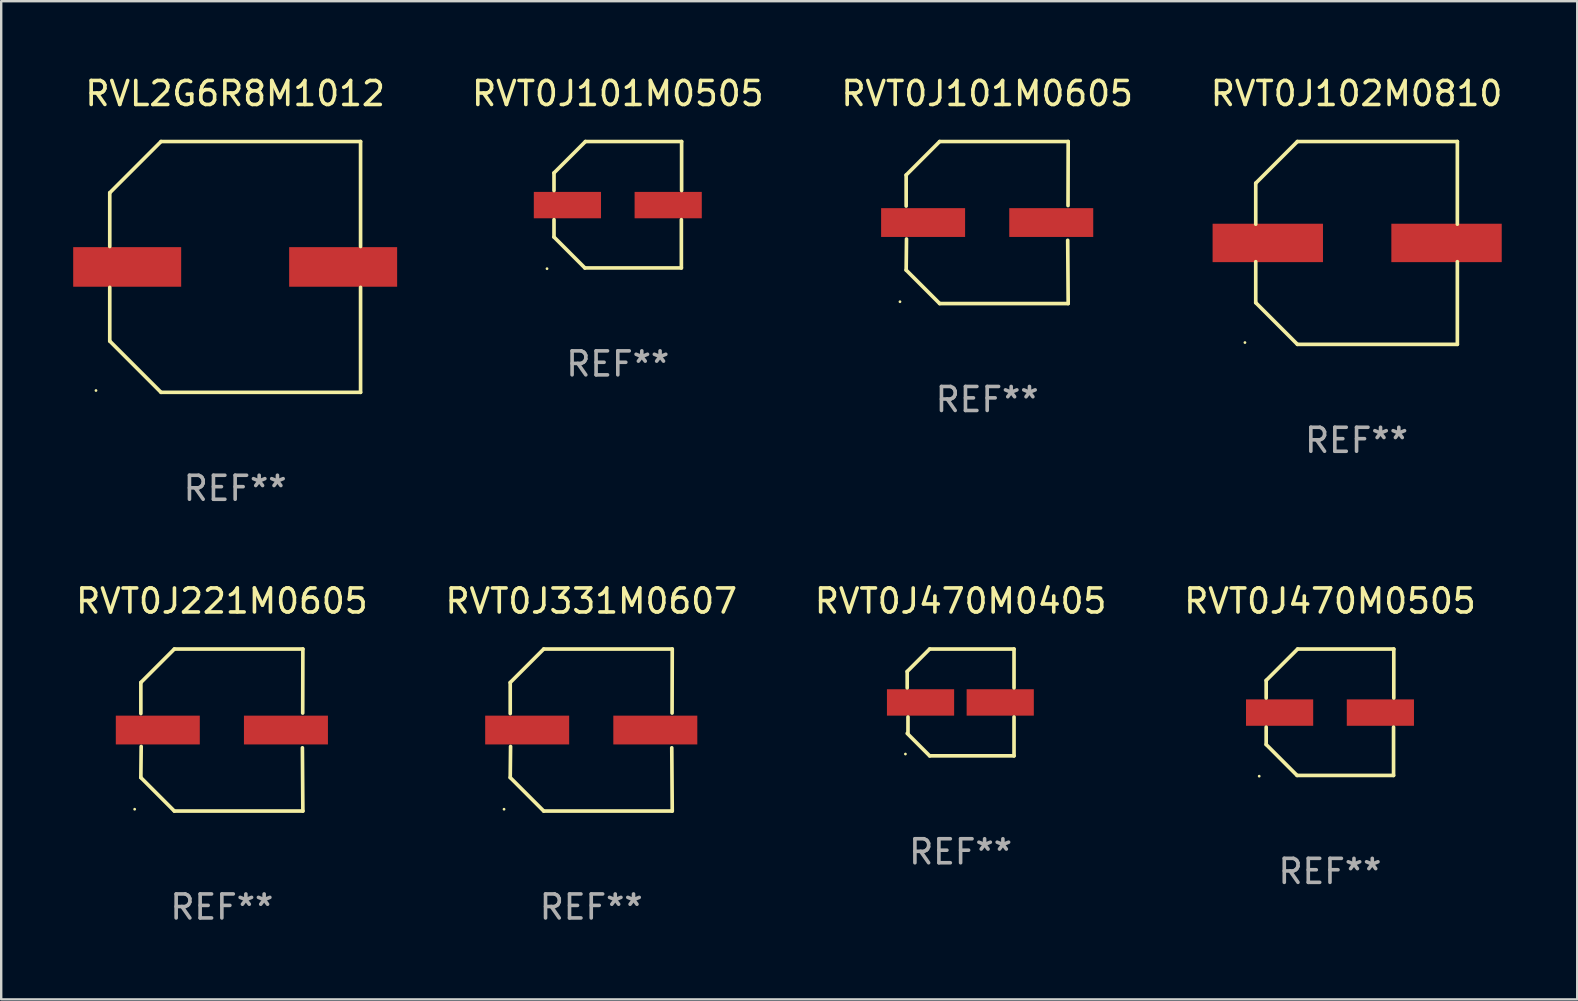
<source format=kicad_pcb>
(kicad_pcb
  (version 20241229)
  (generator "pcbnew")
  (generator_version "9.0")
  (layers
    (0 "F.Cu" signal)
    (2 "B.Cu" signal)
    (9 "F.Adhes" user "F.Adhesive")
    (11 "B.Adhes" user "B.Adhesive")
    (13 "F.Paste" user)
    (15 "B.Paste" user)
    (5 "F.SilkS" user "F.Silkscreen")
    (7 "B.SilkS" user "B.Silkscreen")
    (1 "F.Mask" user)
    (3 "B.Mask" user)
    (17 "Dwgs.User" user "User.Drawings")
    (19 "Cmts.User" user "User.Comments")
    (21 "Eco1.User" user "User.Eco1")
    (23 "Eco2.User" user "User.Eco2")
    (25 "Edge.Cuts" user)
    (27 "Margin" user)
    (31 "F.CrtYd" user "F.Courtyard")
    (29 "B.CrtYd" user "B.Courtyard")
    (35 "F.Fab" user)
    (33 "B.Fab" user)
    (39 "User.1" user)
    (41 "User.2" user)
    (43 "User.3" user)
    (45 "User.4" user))
  (footprint "RVT0J470M0505"
    (layer "F.Cu")
    (at 52.375 26.631)
    (property "Reference" "RVT0J470M0505" (at 0 -4.634 0) (layer "F.SilkS") (effects (font (size 1 1) (thickness 0.15))))
    (attr through_hole)
    (fp_line (start -2.659 -1.326) (end -2.659 -0.592) (stroke (width 0.152) (type solid)) (layer "F.SilkS"))
    (fp_line (start -2.659 1.346) (end -2.659 0.622) (stroke (width 0.152) (type solid)) (layer "F.SilkS"))
    (fp_line (start -1.372 2.634) (end -2.659 1.346) (stroke (width 0.152) (type solid)) (layer "F.SilkS"))
    (fp_line (start -1.349 -2.634) (end -2.659 -1.326) (stroke (width 0.152) (type solid)) (layer "F.SilkS"))
    (fp_line (start 2.649 0.622) (end 2.649 2.634) (stroke (width 0.152) (type solid)) (layer "F.SilkS"))
    (fp_line (start 2.649 2.634) (end -1.372 2.634) (stroke (width 0.152) (type solid)) (layer "F.SilkS"))
    (fp_line (start 2.659 -2.634) (end -1.349 -2.634) (stroke (width 0.152) (type solid)) (layer "F.SilkS"))
    (fp_line (start 2.659 -0.592) (end 2.659 -2.634) (stroke (width 0.152) (type solid)) (layer "F.SilkS"))
    (fp_circle (center -2.95 2.665) (end -2.92 2.665) (stroke (width 0.06) (type solid)) (fill no) (layer "F.SilkS"))
    (fp_text user "REF**" (at 0 6.634 0) (layer "F.Fab") (effects (font (size 1 1) (thickness 0.15))))
    (pad "1" smd rect (at -2.1 0.015) (size 2.8 1.1) (layers "F.Cu" "F.Mask" "F.Paste"))
    (pad "2" smd rect (at 2.1 0.015) (size 2.8 1.1) (layers "F.Cu" "F.Mask" "F.Paste")))
  (footprint "RVT0J101M0505"
    (layer "F.Cu")
    (at 22.696 5.482)
    (property "Reference" "RVT0J101M0505" (at 0 -4.634 0) (layer "F.SilkS") (effects (font (size 1 1) (thickness 0.15))))
    (attr through_hole)
    (fp_line (start -2.659 -1.326) (end -2.659 -0.592) (stroke (width 0.152) (type solid)) (layer "F.SilkS"))
    (fp_line (start -2.659 1.346) (end -2.659 0.622) (stroke (width 0.152) (type solid)) (layer "F.SilkS"))
    (fp_line (start -1.372 2.634) (end -2.659 1.346) (stroke (width 0.152) (type solid)) (layer "F.SilkS"))
    (fp_line (start -1.349 -2.634) (end -2.659 -1.326) (stroke (width 0.152) (type solid)) (layer "F.SilkS"))
    (fp_line (start 2.649 0.622) (end 2.649 2.634) (stroke (width 0.152) (type solid)) (layer "F.SilkS"))
    (fp_line (start 2.649 2.634) (end -1.372 2.634) (stroke (width 0.152) (type solid)) (layer "F.SilkS"))
    (fp_line (start 2.659 -2.634) (end -1.349 -2.634) (stroke (width 0.152) (type solid)) (layer "F.SilkS"))
    (fp_line (start 2.659 -0.592) (end 2.659 -2.634) (stroke (width 0.152) (type solid)) (layer "F.SilkS"))
    (fp_circle (center -2.95 2.665) (end -2.92 2.665) (stroke (width 0.06) (type solid)) (fill no) (layer "F.SilkS"))
    (fp_text user "REF**" (at 0 6.634 0) (layer "F.Fab") (effects (font (size 1 1) (thickness 0.15))))
    (pad "1" smd rect (at -2.1 0.015) (size 2.8 1.1) (layers "F.Cu" "F.Mask" "F.Paste"))
    (pad "2" smd rect (at 2.1 0.015) (size 2.8 1.1) (layers "F.Cu" "F.Mask" "F.Paste")))
  (footprint "RVT0J331M0607"
    (layer "F.Cu")
    (at 21.589 27.373)
    (property "Reference" "RVT0J331M0607" (at 0 -5.376 0) (layer "F.SilkS") (effects (font (size 1 1) (thickness 0.15))))
    (attr through_hole)
    (fp_line (start -3.376 -1.98) (end -3.376 -0.686) (stroke (width 0.152) (type solid)) (layer "F.SilkS"))
    (fp_line (start -3.376 1.981) (end -3.362 0.686) (stroke (width 0.152) (type solid)) (layer "F.SilkS"))
    (fp_line (start -1.981 3.376) (end -3.376 1.981) (stroke (width 0.152) (type solid)) (layer "F.SilkS"))
    (fp_line (start -1.98 -3.376) (end -3.376 -1.98) (stroke (width 0.152) (type solid)) (layer "F.SilkS"))
    (fp_line (start 3.356 0.74) (end 3.376 3.376) (stroke (width 0.152) (type solid)) (layer "F.SilkS"))
    (fp_line (start 3.369 -0.707) (end 3.376 -3.376) (stroke (width 0.152) (type solid)) (layer "F.SilkS"))
    (fp_line (start 3.376 3.376) (end -1.981 3.376) (stroke (width 0.152) (type solid)) (layer "F.SilkS"))
    (fp_line (start 3.376 -3.376) (end -1.98 -3.376) (stroke (width 0.152) (type solid)) (layer "F.SilkS"))
    (fp_circle (center -3.634 3.3) (end -3.604 3.3) (stroke (width 0.06) (type solid)) (fill no) (layer "F.SilkS"))
    (fp_text user "REF**" (at 0 7.376 0) (layer "F.Fab") (effects (font (size 1 1) (thickness 0.15))))
    (pad "1" smd rect (at -2.67 0.000254) (size 3.5 1.2) (layers "F.Cu" "F.Mask" "F.Paste"))
    (pad "2" smd rect (at 2.67 0.000254) (size 3.5 1.2) (layers "F.Cu" "F.Mask" "F.Paste")))
  (footprint "RVT0J101M0605"
    (layer "F.Cu")
    (at 38.089 6.224)
    (property "Reference" "RVT0J101M0605" (at 0 -5.376 0) (layer "F.SilkS") (effects (font (size 1 1) (thickness 0.15))))
    (attr through_hole)
    (fp_line (start -3.376 -1.98) (end -3.376 -0.686) (stroke (width 0.152) (type solid)) (layer "F.SilkS"))
    (fp_line (start -3.376 1.981) (end -3.362 0.686) (stroke (width 0.152) (type solid)) (layer "F.SilkS"))
    (fp_line (start -1.981 3.376) (end -3.376 1.981) (stroke (width 0.152) (type solid)) (layer "F.SilkS"))
    (fp_line (start -1.98 -3.376) (end -3.376 -1.98) (stroke (width 0.152) (type solid)) (layer "F.SilkS"))
    (fp_line (start 3.356 0.74) (end 3.376 3.376) (stroke (width 0.152) (type solid)) (layer "F.SilkS"))
    (fp_line (start 3.369 -0.707) (end 3.376 -3.376) (stroke (width 0.152) (type solid)) (layer "F.SilkS"))
    (fp_line (start 3.376 3.376) (end -1.981 3.376) (stroke (width 0.152) (type solid)) (layer "F.SilkS"))
    (fp_line (start 3.376 -3.376) (end -1.98 -3.376) (stroke (width 0.152) (type solid)) (layer "F.SilkS"))
    (fp_circle (center -3.634 3.3) (end -3.604 3.3) (stroke (width 0.06) (type solid)) (fill no) (layer "F.SilkS"))
    (fp_text user "REF**" (at 0 7.376 0) (layer "F.Fab") (effects (font (size 1 1) (thickness 0.15))))
    (pad "1" smd rect (at -2.67 0.000254) (size 3.5 1.2) (layers "F.Cu" "F.Mask" "F.Paste"))
    (pad "2" smd rect (at 2.67 0.000254) (size 3.5 1.2) (layers "F.Cu" "F.Mask" "F.Paste")))
  (footprint "RVT0J221M0605"
    (layer "F.Cu")
    (at 6.196 27.373)
    (property "Reference" "RVT0J221M0605" (at 0 -5.376 0) (layer "F.SilkS") (effects (font (size 1 1) (thickness 0.15))))
    (attr through_hole)
    (fp_line (start -3.376 -1.98) (end -3.376 -0.686) (stroke (width 0.152) (type solid)) (layer "F.SilkS"))
    (fp_line (start -3.376 1.981) (end -3.362 0.686) (stroke (width 0.152) (type solid)) (layer "F.SilkS"))
    (fp_line (start -1.981 3.376) (end -3.376 1.981) (stroke (width 0.152) (type solid)) (layer "F.SilkS"))
    (fp_line (start -1.98 -3.376) (end -3.376 -1.98) (stroke (width 0.152) (type solid)) (layer "F.SilkS"))
    (fp_line (start 3.356 0.74) (end 3.376 3.376) (stroke (width 0.152) (type solid)) (layer "F.SilkS"))
    (fp_line (start 3.369 -0.707) (end 3.376 -3.376) (stroke (width 0.152) (type solid)) (layer "F.SilkS"))
    (fp_line (start 3.376 3.376) (end -1.981 3.376) (stroke (width 0.152) (type solid)) (layer "F.SilkS"))
    (fp_line (start 3.376 -3.376) (end -1.98 -3.376) (stroke (width 0.152) (type solid)) (layer "F.SilkS"))
    (fp_circle (center -3.634 3.3) (end -3.604 3.3) (stroke (width 0.06) (type solid)) (fill no) (layer "F.SilkS"))
    (fp_text user "REF**" (at 0 7.376 0) (layer "F.Fab") (effects (font (size 1 1) (thickness 0.15))))
    (pad "1" smd rect (at -2.67 0.000254) (size 3.5 1.2) (layers "F.Cu" "F.Mask" "F.Paste"))
    (pad "2" smd rect (at 2.67 0.000254) (size 3.5 1.2) (layers "F.Cu" "F.Mask" "F.Paste")))
  (footprint "RVL2G6R8M1012"
    (layer "F.Cu")
    (at 6.75 8.074)
    (property "Reference" "RVL2G6R8M1012" (at 0 -7.226 0) (layer "F.SilkS") (effects (font (size 1 1) (thickness 0.15))))
    (attr through_hole)
    (fp_line (start -5.226 -3.09) (end -5.226 -0.852) (stroke (width 0.152) (type solid)) (layer "F.SilkS"))
    (fp_line (start -5.226 3.09) (end -5.226 0.852) (stroke (width 0.152) (type solid)) (layer "F.SilkS"))
    (fp_line (start -3.09 -5.226) (end -5.226 -3.09) (stroke (width 0.152) (type solid)) (layer "F.SilkS"))
    (fp_line (start -3.09 5.226) (end -5.226 3.09) (stroke (width 0.152) (type solid)) (layer "F.SilkS"))
    (fp_line (start 5.226 -5.226) (end -3.09 -5.226) (stroke (width 0.152) (type solid)) (layer "F.SilkS"))
    (fp_line (start 5.226 -0.852) (end 5.226 -5.226) (stroke (width 0.152) (type solid)) (layer "F.SilkS"))
    (fp_line (start 5.226 0.852) (end 5.226 5.226) (stroke (width 0.152) (type solid)) (layer "F.SilkS"))
    (fp_line (start 5.226 5.226) (end -3.09 5.226) (stroke (width 0.152) (type solid)) (layer "F.SilkS"))
    (fp_circle (center -5.8 5.15) (end -5.77 5.15) (stroke (width 0.06) (type solid)) (fill no) (layer "F.SilkS"))
    (fp_text user "REF**" (at 0 9.226 0) (layer "F.Fab") (effects (font (size 1 1) (thickness 0.15))))
    (pad "1" smd rect (at -4.5 0) (size 4.5 1.65) (layers "F.Cu" "F.Mask" "F.Paste"))
    (pad "2" smd rect (at 4.5 0) (size 4.5 1.65) (layers "F.Cu" "F.Mask" "F.Paste")))
  (footprint "RVT0J102M0810"
    (layer "F.Cu")
    (at 53.482 7.074)
    (property "Reference" "RVT0J102M0810" (at 0 -6.226 0) (layer "F.SilkS") (effects (font (size 1 1) (thickness 0.15))))
    (attr through_hole)
    (fp_line (start -4.201 -2.49) (end -4.201 -0.782) (stroke (width 0.152) (type solid)) (layer "F.SilkS"))
    (fp_line (start -4.201 2.49) (end -4.201 0.782) (stroke (width 0.152) (type solid)) (layer "F.SilkS"))
    (fp_line (start -2.465 -4.226) (end -4.201 -2.49) (stroke (width 0.152) (type solid)) (layer "F.SilkS"))
    (fp_line (start -2.465 4.226) (end -4.201 2.49) (stroke (width 0.152) (type solid)) (layer "F.SilkS"))
    (fp_line (start 4.201 -4.226) (end -2.465 -4.226) (stroke (width 0.152) (type solid)) (layer "F.SilkS"))
    (fp_line (start 4.201 -0.782) (end 4.201 -4.226) (stroke (width 0.152) (type solid)) (layer "F.SilkS"))
    (fp_line (start 4.201 0.782) (end 4.201 4.226) (stroke (width 0.152) (type solid)) (layer "F.SilkS"))
    (fp_line (start 4.201 4.226) (end -2.465 4.226) (stroke (width 0.152) (type solid)) (layer "F.SilkS"))
    (fp_circle (center -4.651 4.152) (end -4.621 4.152) (stroke (width 0.06) (type solid)) (fill no) (layer "F.SilkS"))
    (fp_text user "REF**" (at 0 8.226 0) (layer "F.Fab") (effects (font (size 1 1) (thickness 0.15))))
    (pad "1" smd rect (at -3.699 0) (size 4.6 1.6) (layers "F.Cu" "F.Mask" "F.Paste"))
    (pad "2" smd rect (at 3.75 0) (size 4.6 1.6) (layers "F.Cu" "F.Mask" "F.Paste")))
  (footprint "RVT0J470M0405"
    (layer "F.Cu")
    (at 36.982 26.223)
    (property "Reference" "RVT0J470M0405" (at 0 -4.226 0) (layer "F.SilkS") (effects (font (size 1 1) (thickness 0.15))))
    (attr through_hole)
    (fp_line (start -2.226 -1.29) (end -2.226 -0.607) (stroke (width 0.152) (type solid)) (layer "F.SilkS"))
    (fp_line (start -2.193 1.29) (end -2.193 0.607) (stroke (width 0.152) (type solid)) (layer "F.SilkS"))
    (fp_line (start -1.29 2.226) (end -2.226 1.29) (stroke (width 0.152) (type solid)) (layer "F.SilkS"))
    (fp_line (start -1.29 -2.226) (end -2.226 -1.29) (stroke (width 0.152) (type solid)) (layer "F.SilkS"))
    (fp_line (start 2.226 -2.226) (end -1.29 -2.226) (stroke (width 0.152) (type solid)) (layer "F.SilkS"))
    (fp_line (start 2.226 -0.607) (end 2.226 -2.226) (stroke (width 0.152) (type solid)) (layer "F.SilkS"))
    (fp_line (start 2.226 0.607) (end 2.226 2.226) (stroke (width 0.152) (type solid)) (layer "F.SilkS"))
    (fp_line (start 2.226 2.226) (end -1.29 2.226) (stroke (width 0.152) (type solid)) (layer "F.SilkS"))
    (fp_circle (center -2.3 2.15) (end -2.27 2.15) (stroke (width 0.06) (type solid)) (fill no) (layer "F.SilkS"))
    (fp_text user "REF**" (at 0 6.226 0) (layer "F.Fab") (effects (font (size 1 1) (thickness 0.15))))
    (pad "1" smd rect (at -1.67 -0.000025) (size 2.8 1.1) (layers "F.Cu" "F.Mask" "F.Paste"))
    (pad "2" smd rect (at 1.651 -0.000025) (size 2.8 1.1) (layers "F.Cu" "F.Mask" "F.Paste")))
  (gr_rect
    (start -3 -3)
    (end 62.678 38.597)
    (stroke (width 0.1) (type default))
    (fill no)
    (layer "Edge.Cuts")))
</source>
